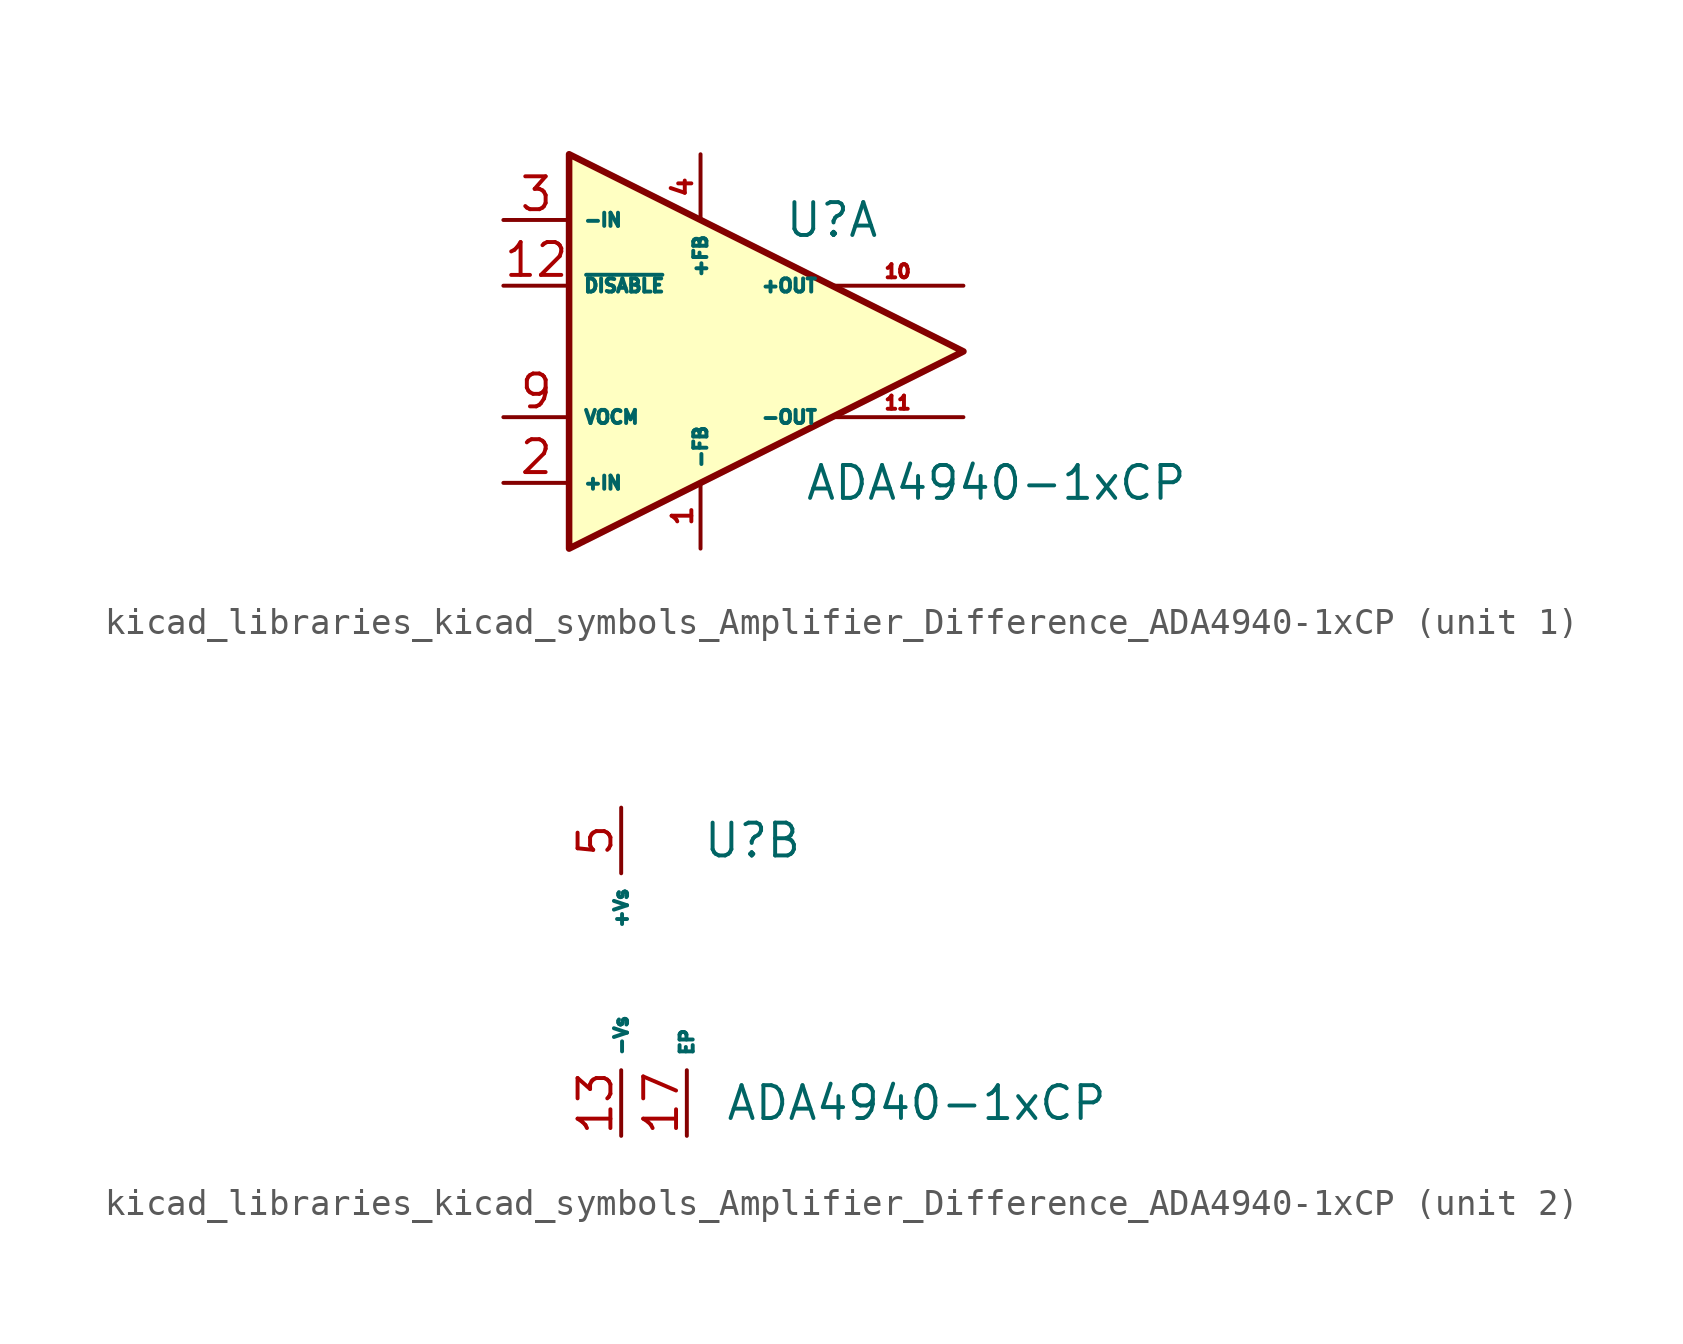
<source format=kicad_sym>
(kicad_symbol_lib
  (version 20220914)
  (generator kicad_symbol_editor)
  (symbol "kicad_libraries_kicad_symbols_Amplifier_Difference_ADA4940-1xCP"
    (property "Reference" "U"
      (at 5.08 5.08 0)
      (effects (font (size 1.27 1.27))))
    (property "Value" "ADA4940-1xCP"
      (at 11.43 -5.08 0)
      (effects (font (size 1.27 1.27))))
    (symbol "kicad_libraries_kicad_symbols_Amplifier_Difference_ADA4940-1xCP_1_1"
      (polyline (pts (xy -5.08 7.62) (xy -5.08 -7.62) (xy 10.16 0) (xy -5.08 7.62)) (stroke (width 0.254) (type default)) (fill (type background)))
      (pin input line (at 0 -7.62 90) (length 2.54) (name "-FB" (effects (font (size 0.508 0.508)))) (number "1" (effects (font (size 0.762 0.762)))))
      (pin output line (at 10.16 2.54 180) (length 5.08) (name "+OUT" (effects (font (size 0.508 0.508)))) (number "10" (effects (font (size 0.508 0.508)))))
      (pin output line (at 10.16 -2.54 180) (length 5.08) (name "-OUT" (effects (font (size 0.508 0.508)))) (number "11" (effects (font (size 0.508 0.508)))))
      (pin input line (at -7.62 2.54 0) (length 2.54) (name "~{DISABLE}" (effects (font (size 0.508 0.508)))) (number "12" (effects (font (size 1.27 1.27)))))
      (pin input line (at -7.62 -5.08 0) (length 2.54) (name "+IN" (effects (font (size 0.508 0.508)))) (number "2" (effects (font (size 1.27 1.27)))))
      (pin input line (at -7.62 5.08 0) (length 2.54) (name "-IN" (effects (font (size 0.508 0.508)))) (number "3" (effects (font (size 1.27 1.27)))))
      (pin input line (at 0 7.62 270) (length 2.54) (name "+FB" (effects (font (size 0.508 0.508)))) (number "4" (effects (font (size 0.762 0.762)))))
      (pin input line (at -7.62 -2.54 0) (length 2.54) (name "VOCM" (effects (font (size 0.508 0.508)))) (number "9" (effects (font (size 1.27 1.27))))))
    (symbol "kicad_libraries_kicad_symbols_Amplifier_Difference_ADA4940-1xCP_2_1"
      (pin power_in line (at 0 -6.35 90) (length 2.54) (name "-Vs" (effects (font (size 0.508 0.508)))) (number "13" (effects (font (size 1.27 1.27)))))
      (pin passive line (at 0 -6.35 90) (length 2.54) hide (name "-Vs" (effects (font (size 0.508 0.508)))) (number "14" (effects (font (size 1.27 1.27)))))
      (pin passive line (at 0 -6.35 90) (length 2.54) hide (name "-Vs" (effects (font (size 0.508 0.508)))) (number "15" (effects (font (size 1.27 1.27)))))
      (pin passive line (at 0 -6.35 90) (length 2.54) hide (name "-Vs" (effects (font (size 0.508 0.508)))) (number "16" (effects (font (size 1.27 1.27)))))
      (pin passive line (at 2.54 -6.35 90) (length 2.54) (name "EP" (effects (font (size 0.508 0.508)))) (number "17" (effects (font (size 1.27 1.27)))))
      (pin power_in line (at 0 6.35 270) (length 2.54) (name "+Vs" (effects (font (size 0.508 0.508)))) (number "5" (effects (font (size 1.27 1.27)))))
      (pin passive line (at 0 6.35 270) (length 2.54) hide (name "+Vs" (effects (font (size 0.508 0.508)))) (number "6" (effects (font (size 1.27 1.27)))))
      (pin passive line (at 0 6.35 270) (length 2.54) hide (name "+Vs" (effects (font (size 0.508 0.508)))) (number "7" (effects (font (size 1.27 1.27)))))
      (pin passive line (at 0 6.35 270) (length 2.54) hide (name "+Vs" (effects (font (size 0.508 0.508)))) (number "8" (effects (font (size 1.27 1.27))))))))
</source>
